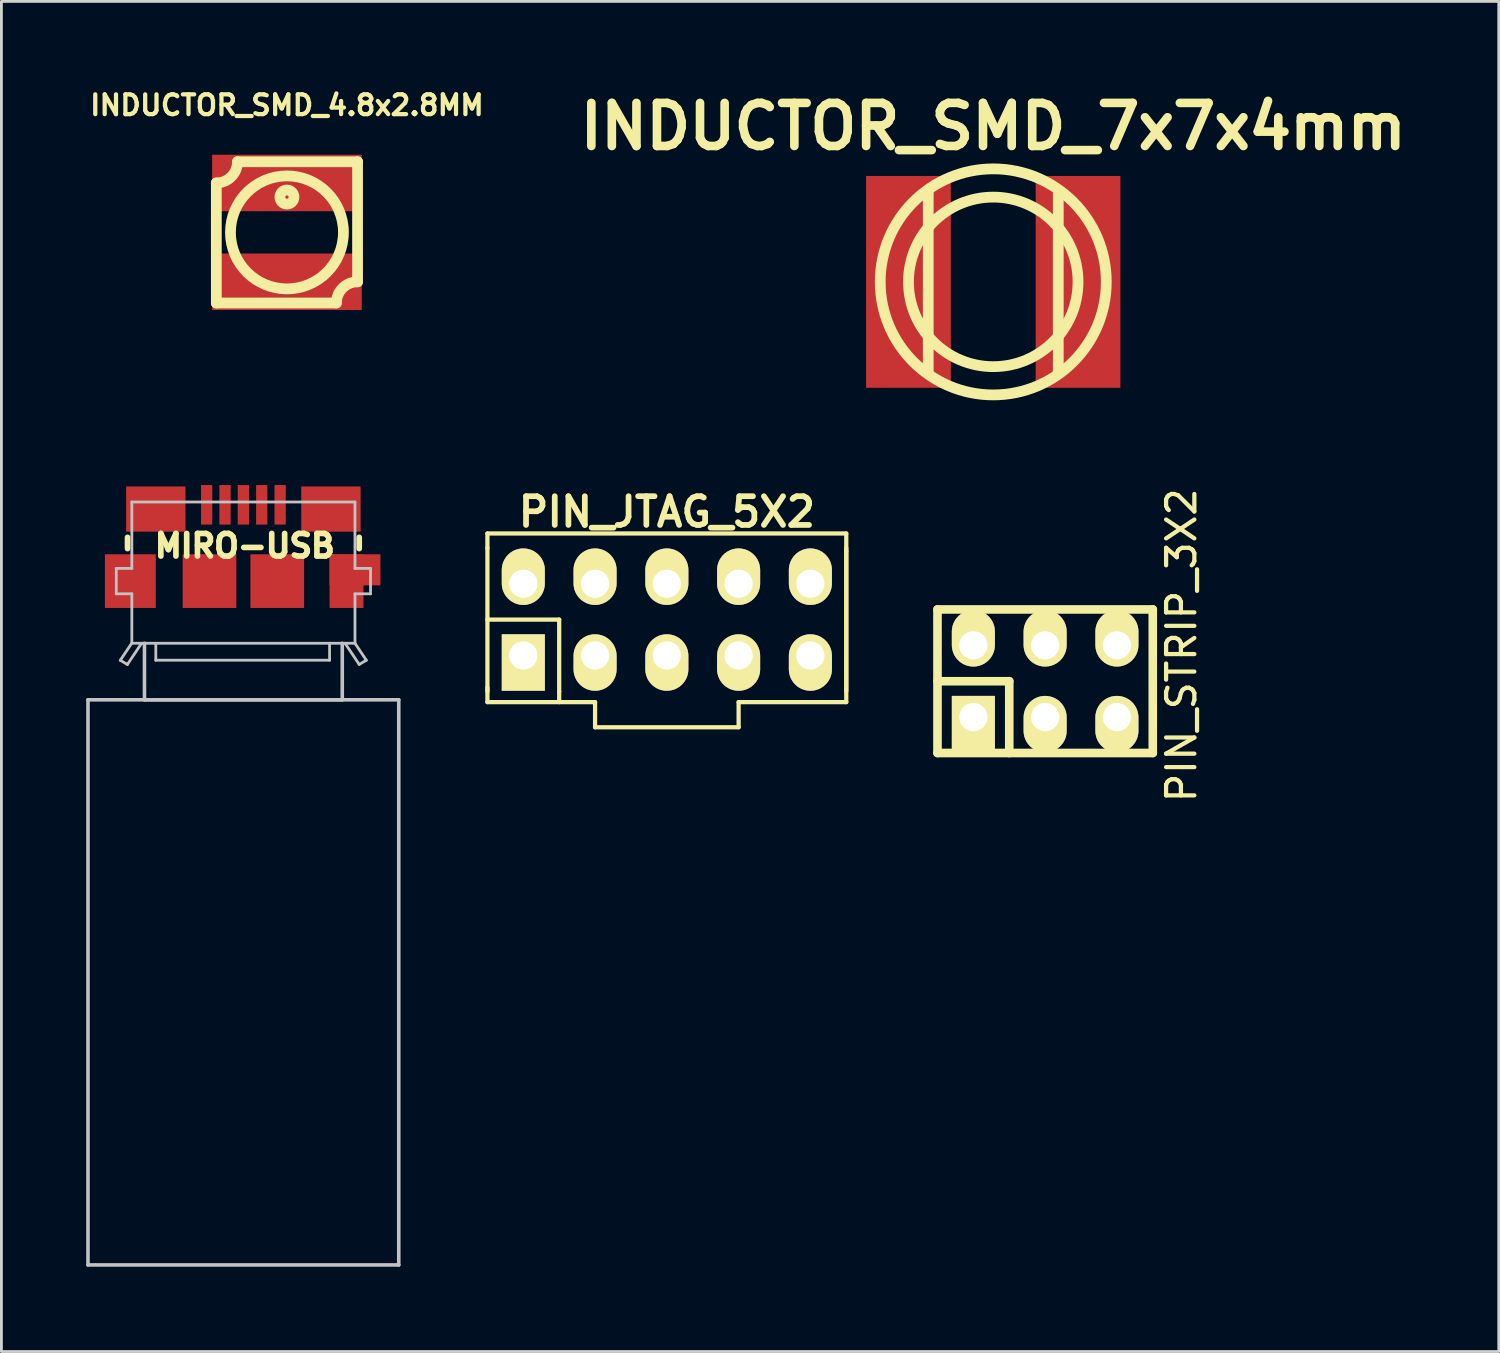
<source format=kicad_pcb>
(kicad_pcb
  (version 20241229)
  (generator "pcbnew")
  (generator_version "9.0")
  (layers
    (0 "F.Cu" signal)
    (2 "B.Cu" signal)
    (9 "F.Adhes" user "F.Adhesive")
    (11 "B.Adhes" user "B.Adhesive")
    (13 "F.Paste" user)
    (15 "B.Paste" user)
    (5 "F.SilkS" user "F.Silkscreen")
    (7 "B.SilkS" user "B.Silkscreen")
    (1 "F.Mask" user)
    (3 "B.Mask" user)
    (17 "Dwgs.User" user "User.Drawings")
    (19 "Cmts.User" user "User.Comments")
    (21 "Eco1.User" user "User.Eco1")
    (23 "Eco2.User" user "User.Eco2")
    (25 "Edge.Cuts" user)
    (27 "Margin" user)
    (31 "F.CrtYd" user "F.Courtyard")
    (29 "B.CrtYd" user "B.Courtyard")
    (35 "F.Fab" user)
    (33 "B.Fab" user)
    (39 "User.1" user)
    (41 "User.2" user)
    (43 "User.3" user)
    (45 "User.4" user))
  (footprint "MIRO-USB"
    (layer "F.Cu")
    (at 5.563 17.516)
    (property "Reference" "MIRO-USB" (at 0.051 -1.247 0) (layer "F.SilkS") (effects (font (size 0.8 0.8) (thickness 0.201))))
    (attr smd)
    (fp_line (start -4.1 -1.549) (end -4.1 -1.151) (stroke (width 0.201) (type solid)) (layer "F.SilkS"))
    (fp_line (start 4.1 -1.549) (end 4.1 -1.151) (stroke (width 0.201) (type solid)) (layer "F.SilkS"))
    (fp_line (start -5.499 4.201) (end 5.499 4.201) (stroke (width 0.127) (type solid)) (layer "Dwgs.User"))
    (fp_line (start -5.499 24.201) (end -5.499 4.201) (stroke (width 0.127) (type solid)) (layer "Dwgs.User"))
    (fp_line (start -4.498 -0.45) (end -4.498 0.45) (stroke (width 0.099) (type solid)) (layer "Dwgs.User"))
    (fp_line (start -4.498 0.45) (end -3.947 0.45) (stroke (width 0.099) (type solid)) (layer "Dwgs.User"))
    (fp_line (start -4.356 2.802) (end -4.105 2.951) (stroke (width 0.099) (type solid)) (layer "Dwgs.User"))
    (fp_line (start -4.105 2.951) (end -3.604 2.202) (stroke (width 0.099) (type solid)) (layer "Dwgs.User"))
    (fp_line (start -3.955 2.202) (end -4.356 2.802) (stroke (width 0.099) (type solid)) (layer "Dwgs.User"))
    (fp_line (start -3.95 -2.799) (end 3.95 -2.799) (stroke (width 0.099) (type solid)) (layer "Dwgs.User"))
    (fp_line (start -3.947 -2.799) (end -3.947 -0.45) (stroke (width 0.099) (type solid)) (layer "Dwgs.User"))
    (fp_line (start -3.947 -0.45) (end -4.498 -0.45) (stroke (width 0.099) (type solid)) (layer "Dwgs.User"))
    (fp_line (start -3.947 0.45) (end -3.947 2.2) (stroke (width 0.099) (type solid)) (layer "Dwgs.User"))
    (fp_line (start -3.5 4.201) (end -3.5 2.2) (stroke (width 0.127) (type solid)) (layer "Dwgs.User"))
    (fp_line (start -3.099 2.2) (end -3.099 2.799) (stroke (width 0.099) (type solid)) (layer "Dwgs.User"))
    (fp_line (start -3.099 2.799) (end 3.051 2.799) (stroke (width 0.099) (type solid)) (layer "Dwgs.User"))
    (fp_line (start 3.051 2.799) (end 3.051 2.2) (stroke (width 0.099) (type solid)) (layer "Dwgs.User"))
    (fp_line (start 3.5 2.2) (end 3.5 4.201) (stroke (width 0.127) (type solid)) (layer "Dwgs.User"))
    (fp_line (start 3.5 4.201) (end -3.5 4.201) (stroke (width 0.127) (type solid)) (layer "Dwgs.User"))
    (fp_line (start 3.95 -2.799) (end 3.95 -0.45) (stroke (width 0.099) (type solid)) (layer "Dwgs.User"))
    (fp_line (start 3.95 -0.45) (end 4.501 -0.45) (stroke (width 0.099) (type solid)) (layer "Dwgs.User"))
    (fp_line (start 3.95 0.45) (end 3.95 2.2) (stroke (width 0.099) (type solid)) (layer "Dwgs.User"))
    (fp_line (start 3.95 2.2) (end -3.95 2.2) (stroke (width 0.099) (type solid)) (layer "Dwgs.User"))
    (fp_line (start 3.95 2.2) (end 4.351 2.799) (stroke (width 0.099) (type solid)) (layer "Dwgs.User"))
    (fp_line (start 4.1 2.949) (end 3.599 2.2) (stroke (width 0.099) (type solid)) (layer "Dwgs.User"))
    (fp_line (start 4.351 2.799) (end 4.1 2.949) (stroke (width 0.099) (type solid)) (layer "Dwgs.User"))
    (fp_line (start 4.501 -0.45) (end 4.501 0.45) (stroke (width 0.099) (type solid)) (layer "Dwgs.User"))
    (fp_line (start 4.501 0.45) (end 3.95 0.45) (stroke (width 0.099) (type solid)) (layer "Dwgs.User"))
    (fp_line (start 5.499 4.201) (end 5.499 24.201) (stroke (width 0.127) (type solid)) (layer "Dwgs.User"))
    (fp_line (start 5.499 24.201) (end -5.499 24.201) (stroke (width 0.127) (type solid)) (layer "Dwgs.User"))
    (pad "" smd rect (at -4 0) (size 1.801 1.9) (layers "F.Cu" "F.Mask" "F.Paste"))
    (pad "" smd rect (at -3.099 -2.55) (size 2.101 1.6) (layers "F.Cu" "F.Mask" "F.Paste"))
    (pad "" smd rect (at -1.199 0) (size 1.9 1.9) (layers "F.Cu" "F.Mask" "F.Paste"))
    (pad "" smd rect (at 1.199 0) (size 1.9 1.9) (layers "F.Cu" "F.Mask" "F.Paste"))
    (pad "" smd rect (at 3.099 -2.55) (size 2.101 1.6) (layers "F.Cu" "F.Mask" "F.Paste"))
    (pad "" smd rect (at 3.65 0) (size 1.199 1.9) (layers "F.Cu" "F.Mask" "F.Paste"))
    (pad "" smd rect (at 3.95 -0.399) (size 1.801 1.1) (layers "F.Cu" "F.Mask" "F.Paste"))
    (pad "1" smd rect (at -1.3 -2.7) (size 0.399 1.4) (layers "F.Cu" "F.Mask" "F.Paste"))
    (pad "2" smd rect (at -0.65 -2.7) (size 0.399 1.4) (layers "F.Cu" "F.Mask" "F.Paste"))
    (pad "3" smd rect (at 0 -2.7) (size 0.399 1.4) (layers "F.Cu" "F.Mask" "F.Paste"))
    (pad "4" smd rect (at 0.65 -2.7) (size 0.399 1.4) (layers "F.Cu" "F.Mask" "F.Paste"))
    (pad "5" smd rect (at 1.3 -2.7) (size 0.399 1.4) (layers "F.Cu" "F.Mask" "F.Paste")))
  (footprint "PIN_JTAG_5X2"
    (layer "F.Cu")
    (at 20.55 18.878)
    (property "Reference" "PIN_JTAG_5X2" (at 0 -3.81 0) (layer "F.SilkS") (effects (font (size 1.016 1.016) (thickness 0.203))))
    (attr through_hole)
    (fp_line (start -6.35 -3.048) (end 6.35 -3.048) (stroke (width 0.15) (type solid)) (layer "F.SilkS"))
    (fp_line (start -6.35 -2.54) (end -6.35 -3.048) (stroke (width 0.15) (type solid)) (layer "F.SilkS"))
    (fp_line (start -6.35 -2.54) (end -6.35 2.54) (stroke (width 0.15) (type solid)) (layer "F.SilkS"))
    (fp_line (start -6.35 0) (end -3.81 0) (stroke (width 0.15) (type solid)) (layer "F.SilkS"))
    (fp_line (start -6.35 2.413) (end -6.35 2.921) (stroke (width 0.15) (type solid)) (layer "F.SilkS"))
    (fp_line (start -6.35 2.921) (end -2.54 2.921) (stroke (width 0.15) (type solid)) (layer "F.SilkS"))
    (fp_line (start -3.81 0) (end -3.81 2.54) (stroke (width 0.15) (type solid)) (layer "F.SilkS"))
    (fp_line (start -3.81 2.54) (end -3.81 2.921) (stroke (width 0.15) (type solid)) (layer "F.SilkS"))
    (fp_line (start -2.54 2.921) (end -2.54 3.81) (stroke (width 0.15) (type solid)) (layer "F.SilkS"))
    (fp_line (start -2.54 3.81) (end 2.54 3.81) (stroke (width 0.15) (type solid)) (layer "F.SilkS"))
    (fp_line (start 2.54 2.921) (end 2.54 3.81) (stroke (width 0.15) (type solid)) (layer "F.SilkS"))
    (fp_line (start 6.35 -3.048) (end 6.35 -2.413) (stroke (width 0.15) (type solid)) (layer "F.SilkS"))
    (fp_line (start 6.35 -2.413) (end 6.35 2.921) (stroke (width 0.15) (type solid)) (layer "F.SilkS"))
    (fp_line (start 6.35 2.54) (end 6.35 -2.54) (stroke (width 0.15) (type solid)) (layer "F.SilkS"))
    (fp_line (start 6.35 2.921) (end 2.54 2.921) (stroke (width 0.15) (type solid)) (layer "F.SilkS"))
    (pad "1" thru_hole rect (at -5.08 1.27) (size 1.524 1.999) (drill 1.001 (offset 0 0.249)) (layers "*.Cu" "*.Mask" "F.SilkS"))
    (pad "2" thru_hole oval (at -5.08 -1.27) (size 1.524 1.999) (drill 1.001 (offset 0 -0.249)) (layers "*.Cu" "*.Mask" "F.SilkS"))
    (pad "3" thru_hole oval (at -2.54 1.27) (size 1.524 1.999) (drill 1.001 (offset 0 0.249)) (layers "*.Cu" "*.Mask" "F.SilkS"))
    (pad "4" thru_hole oval (at -2.54 -1.27) (size 1.524 1.999) (drill 1.001 (offset 0 -0.249)) (layers "*.Cu" "*.Mask" "F.SilkS"))
    (pad "5" thru_hole oval (at 0 1.27) (size 1.524 1.999) (drill 1.001 (offset 0 0.249)) (layers "*.Cu" "*.Mask" "F.SilkS"))
    (pad "6" thru_hole oval (at 0 -1.27) (size 1.524 1.999) (drill 1.001 (offset 0 -0.249)) (layers "*.Cu" "*.Mask" "F.SilkS"))
    (pad "7" thru_hole oval (at 2.54 1.27) (size 1.524 1.999) (drill 1.001 (offset 0 0.249)) (layers "*.Cu" "*.Mask" "F.SilkS"))
    (pad "8" thru_hole oval (at 2.54 -1.27) (size 1.524 1.999) (drill 1.001 (offset 0 -0.249)) (layers "*.Cu" "*.Mask" "F.SilkS"))
    (pad "9" thru_hole oval (at 5.08 1.27) (size 1.524 1.999) (drill 1.001 (offset 0 0.249)) (layers "*.Cu" "*.Mask" "F.SilkS"))
    (pad "10" thru_hole oval (at 5.08 -1.27) (size 1.524 1.999) (drill 1.001 (offset 0 -0.249)) (layers "*.Cu" "*.Mask" "F.SilkS")))
  (footprint "INDUCTOR_SMD_4.8x2.8MM"
    (layer "F.Cu")
    (at 7.105 5.174)
    (property "Reference" "INDUCTOR_SMD_4.8x2.8MM" (at 0 -4.501 0) (layer "F.SilkS") (effects (font (size 0.7 0.7) (thickness 0.15))))
    (attr through_hole)
    (fp_line (start -2.499 2.499) (end -2.499 -1.75) (stroke (width 0.381) (type solid)) (layer "F.SilkS"))
    (fp_line (start -1.75 -2.499) (end 2.499 -2.499) (stroke (width 0.381) (type solid)) (layer "F.SilkS"))
    (fp_line (start 1.75 2.499) (end -2.499 2.499) (stroke (width 0.381) (type solid)) (layer "F.SilkS"))
    (fp_line (start 2.499 -2.499) (end 2.499 1.75) (stroke (width 0.381) (type solid)) (layer "F.SilkS"))
    (fp_arc (start -1.75006 -2.49936) (mid -1.969525 -1.969525) (end -2.49936 -1.75006) (stroke (width 0.381) (type solid)) (layer "F.SilkS"))
    (fp_arc (start 1.75006 2.49936) (mid 1.969525 1.969525) (end 2.49936 1.75006) (stroke (width 0.381) (type solid)) (layer "F.SilkS"))
    (fp_circle (center 0 -1.25) (end 0 -1.001) (stroke (width 0.381) (type solid)) (fill no) (layer "F.SilkS"))
    (fp_circle (center 0 0) (end -1.999 0) (stroke (width 0.381) (type solid)) (fill no) (layer "F.SilkS"))
    (pad "1" smd rect (at 0 -1.748) (size 5.296 1.999) (layers "F.Cu" "F.Mask" "F.Paste"))
    (pad "2" smd rect (at 0 1.748) (size 5.296 1.999) (layers "F.Cu" "F.Mask" "F.Paste")))
  (footprint "INDUCTOR_SMD_7x7x4mm"
    (layer "F.Cu")
    (at 32.102 6.926)
    (property "Reference" "INDUCTOR_SMD_7x7x4mm" (at 0 -5.499 0) (layer "F.SilkS") (effects (font (size 1.524 1.524) (thickness 0.305))))
    (attr through_hole)
    (fp_line (start -2.301 -3.2) (end -2.301 3.2) (stroke (width 0.381) (type solid)) (layer "F.SilkS"))
    (fp_line (start 2.301 3.2) (end 2.301 -3.2) (stroke (width 0.381) (type solid)) (layer "F.SilkS"))
    (fp_circle (center 0 0) (end -4 0) (stroke (width 0.381) (type solid)) (fill no) (layer "F.SilkS"))
    (fp_circle (center 0 0) (end -3 0) (stroke (width 0.381) (type solid)) (fill no) (layer "F.SilkS"))
    (pad "1" smd rect (at -3 0) (size 2.997 7.498) (layers "F.Cu" "F.Mask" "F.Paste"))
    (pad "2" smd rect (at 3 0) (size 2.997 7.498) (layers "F.Cu" "F.Mask" "F.Paste")))
  (footprint "PIN_STRIP_3X2"
    (layer "F.Cu")
    (at 33.938 21.059)
    (property "Reference" "PIN_STRIP_3X2" (at 4.826 -1.27 90) (layer "F.SilkS") (effects (font (size 1 1) (thickness 0.15))))
    (attr through_hole)
    (fp_line (start -3.81 -2.54) (end -3.81 2.54) (stroke (width 0.305) (type solid)) (layer "F.SilkS"))
    (fp_line (start -3.81 -2.54) (end 3.81 -2.54) (stroke (width 0.305) (type solid)) (layer "F.SilkS"))
    (fp_line (start -3.81 0) (end -1.27 0) (stroke (width 0.305) (type solid)) (layer "F.SilkS"))
    (fp_line (start -1.27 0) (end -1.27 2.54) (stroke (width 0.305) (type solid)) (layer "F.SilkS"))
    (fp_line (start 3.81 -2.54) (end 3.81 2.54) (stroke (width 0.305) (type solid)) (layer "F.SilkS"))
    (fp_line (start 3.81 2.54) (end -3.81 2.54) (stroke (width 0.305) (type solid)) (layer "F.SilkS"))
    (pad "1" thru_hole rect (at -2.54 1.27) (size 1.524 1.999) (drill 1.001 (offset 0 0.249)) (layers "*.Cu" "*.Mask" "F.SilkS"))
    (pad "2" thru_hole oval (at -2.54 -1.27) (size 1.524 1.999) (drill 1.001 (offset 0 -0.249)) (layers "*.Cu" "*.Mask" "F.SilkS"))
    (pad "3" thru_hole oval (at 0 1.27) (size 1.524 1.999) (drill 1.001 (offset 0 0.249)) (layers "*.Cu" "*.Mask" "F.SilkS"))
    (pad "4" thru_hole oval (at 0 -1.27) (size 1.524 1.999) (drill 1.001 (offset 0 -0.249)) (layers "*.Cu" "*.Mask" "F.SilkS"))
    (pad "5" thru_hole oval (at 2.54 1.27) (size 1.524 1.999) (drill 1.001 (offset 0 0.249)) (layers "*.Cu" "*.Mask" "F.SilkS"))
    (pad "6" thru_hole oval (at 2.54 -1.27) (size 1.524 1.999) (drill 1.001 (offset 0 -0.249)) (layers "*.Cu" "*.Mask" "F.SilkS")))
  (gr_rect
    (start -3 -3)
    (end 49.993 44.781)
    (stroke (width 0.1) (type default))
    (fill no)
    (layer "Edge.Cuts")))
</source>
